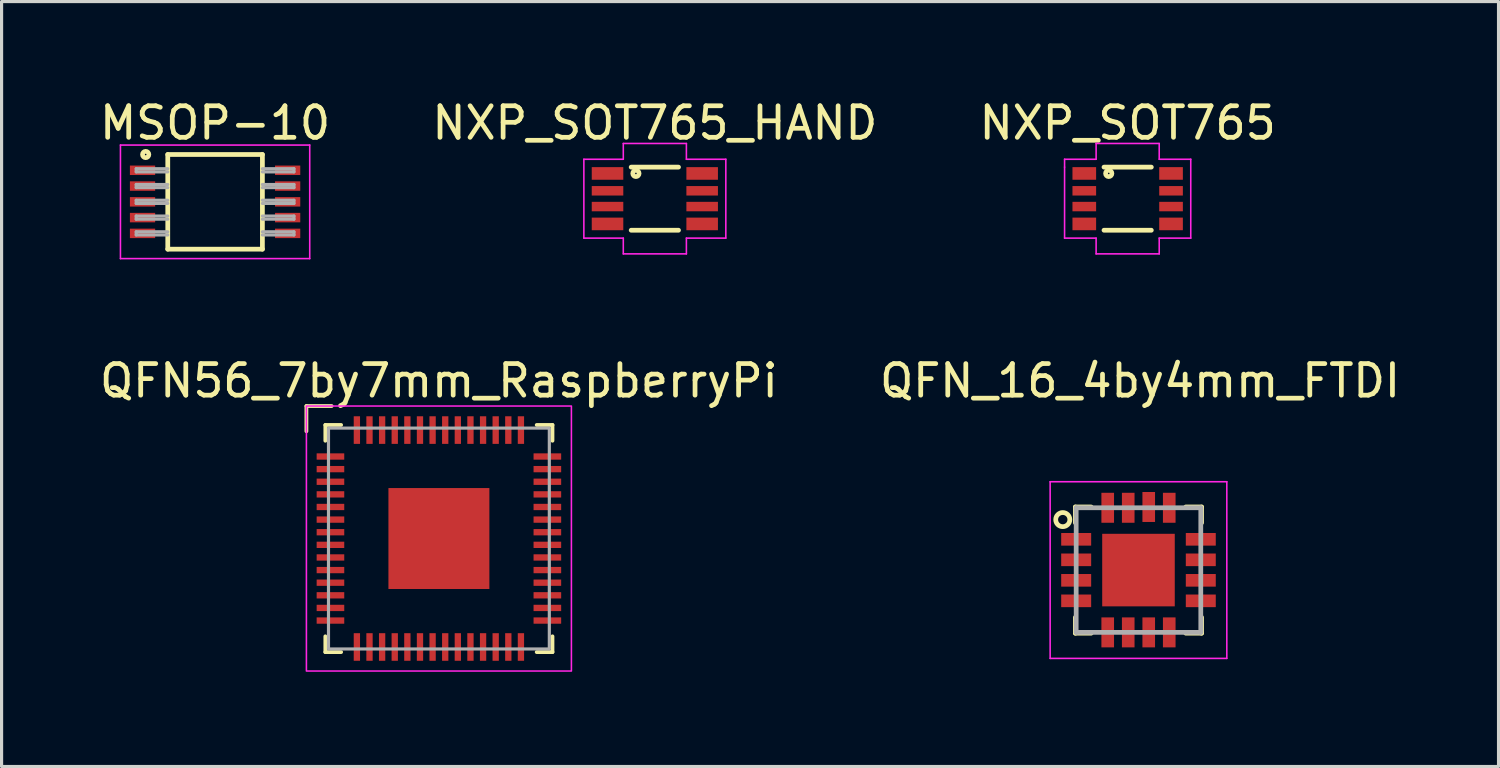
<source format=kicad_pcb>
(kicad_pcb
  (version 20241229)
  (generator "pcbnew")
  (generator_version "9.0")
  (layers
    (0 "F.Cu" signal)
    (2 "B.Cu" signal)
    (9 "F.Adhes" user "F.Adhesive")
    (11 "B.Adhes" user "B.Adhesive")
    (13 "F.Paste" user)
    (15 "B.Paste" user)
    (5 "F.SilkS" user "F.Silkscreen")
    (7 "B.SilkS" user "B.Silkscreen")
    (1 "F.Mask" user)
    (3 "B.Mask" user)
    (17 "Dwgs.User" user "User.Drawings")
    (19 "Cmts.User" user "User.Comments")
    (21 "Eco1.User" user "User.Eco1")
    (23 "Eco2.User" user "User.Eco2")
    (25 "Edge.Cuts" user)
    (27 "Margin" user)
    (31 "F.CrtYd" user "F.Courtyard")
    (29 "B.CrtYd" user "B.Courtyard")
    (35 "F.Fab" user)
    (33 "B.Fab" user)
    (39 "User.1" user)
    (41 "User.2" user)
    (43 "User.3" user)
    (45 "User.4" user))
  (footprint "QFN_16_4by4mm_FTDI"
    (layer "F.Cu")
    (at 33.039 15.021)
    (property "Reference" "QFN_16_4by4mm_FTDI" (at 0.05 -6 0) (layer "F.SilkS") (effects (font (size 1 1) (thickness 0.15))))
    (attr through_hole)
    (fp_line (start -2 -2) (end -2 -1.5) (stroke (width 0.15) (type solid)) (layer "F.SilkS"))
    (fp_line (start -2 -2) (end -1.5 -2) (stroke (width 0.15) (type solid)) (layer "F.SilkS"))
    (fp_line (start -2 1.5) (end -2 2) (stroke (width 0.15) (type solid)) (layer "F.SilkS"))
    (fp_line (start -2 2) (end -1.5 2) (stroke (width 0.15) (type solid)) (layer "F.SilkS"))
    (fp_line (start 1.5 2) (end 2 2) (stroke (width 0.15) (type solid)) (layer "F.SilkS"))
    (fp_line (start 2 -2) (end 1.5 -2) (stroke (width 0.15) (type solid)) (layer "F.SilkS"))
    (fp_line (start 2 -1.5) (end 2 -2) (stroke (width 0.15) (type solid)) (layer "F.SilkS"))
    (fp_line (start 2 2) (end 2 1.5) (stroke (width 0.15) (type solid)) (layer "F.SilkS"))
    (fp_circle (center -2.4 -1.6) (end -2.3 -1.4) (stroke (width 0.15) (type solid)) (fill no) (layer "F.SilkS"))
    (fp_line (start -2.8 -2.8) (end 2.8 -2.8) (stroke (width 0.05) (type solid)) (layer "F.CrtYd"))
    (fp_line (start -2.8 2.8) (end -2.8 -2.8) (stroke (width 0.05) (type solid)) (layer "F.CrtYd"))
    (fp_line (start 2.8 -2.8) (end 2.8 2.8) (stroke (width 0.05) (type solid)) (layer "F.CrtYd"))
    (fp_line (start 2.8 2.8) (end -2.8 2.8) (stroke (width 0.05) (type solid)) (layer "F.CrtYd"))
    (fp_line (start -1.975 -1.975) (end 1.975 -1.975) (stroke (width 0.15) (type solid)) (layer "F.Fab"))
    (fp_line (start -1.975 1.975) (end -1.975 -1.975) (stroke (width 0.15) (type solid)) (layer "F.Fab"))
    (fp_line (start 1.975 -1.975) (end 1.975 1.975) (stroke (width 0.15) (type solid)) (layer "F.Fab"))
    (fp_line (start 1.975 1.975) (end -1.975 1.975) (stroke (width 0.15) (type solid)) (layer "F.Fab"))
    (pad "1" smd rect (at -1.975 -0.975) (size 0.95 0.4) (layers "F.Cu" "F.Mask" "F.Paste"))
    (pad "2" smd rect (at -1.975 -0.325) (size 0.95 0.4) (layers "F.Cu" "F.Mask" "F.Paste"))
    (pad "3" smd rect (at -1.975 0.325) (size 0.95 0.4) (layers "F.Cu" "F.Mask" "F.Paste"))
    (pad "4" smd rect (at -1.975 0.975) (size 0.95 0.4) (layers "F.Cu" "F.Mask" "F.Paste"))
    (pad "5" smd rect (at -0.975 1.975 90) (size 0.95 0.4) (layers "F.Cu" "F.Mask" "F.Paste"))
    (pad "6" smd rect (at -0.325 1.975 90) (size 0.95 0.4) (layers "F.Cu" "F.Mask" "F.Paste"))
    (pad "7" smd rect (at 0.325 1.975 90) (size 0.95 0.4) (layers "F.Cu" "F.Mask" "F.Paste"))
    (pad "8" smd rect (at 0.975 1.975 90) (size 0.95 0.4) (layers "F.Cu" "F.Mask" "F.Paste"))
    (pad "9" smd rect (at 1.975 0.975 180) (size 0.95 0.4) (layers "F.Cu" "F.Mask" "F.Paste"))
    (pad "10" smd rect (at 1.975 0.325) (size 0.95 0.4) (layers "F.Cu" "F.Mask" "F.Paste"))
    (pad "11" smd rect (at 1.975 -0.325) (size 0.95 0.4) (layers "F.Cu" "F.Mask" "F.Paste"))
    (pad "12" smd rect (at 1.975 -0.975) (size 0.95 0.4) (layers "F.Cu" "F.Mask" "F.Paste"))
    (pad "13" smd rect (at 0.975 -1.975 90) (size 0.95 0.4) (layers "F.Cu" "F.Mask" "F.Paste"))
    (pad "14" smd rect (at 0.325 -2 90) (size 0.95 0.4) (layers "F.Cu" "F.Mask" "F.Paste"))
    (pad "15" smd rect (at -0.325 -1.975 90) (size 0.95 0.4) (layers "F.Cu" "F.Mask" "F.Paste"))
    (pad "16" smd rect (at -0.975 -1.975 90) (size 0.95 0.4) (layers "F.Cu" "F.Mask" "F.Paste"))
    (pad "17" smd rect (at 0 0) (size 2.3 2.3) (layers "F.Cu" "F.Mask" "F.Paste")))
  (footprint "NXP_SOT765_HAND"
    (layer "F.Cu")
    (at 17.708 3.248)
    (property "Reference" "NXP_SOT765_HAND" (at 0 -2.4 180) (layer "F.SilkS") (effects (font (size 1 1) (thickness 0.15))))
    (attr through_hole)
    (fp_line (start -0.75 -1) (end 0.75 -1) (stroke (width 0.15) (type solid)) (layer "F.SilkS"))
    (fp_line (start -0.75 1) (end 0.75 1) (stroke (width 0.15) (type solid)) (layer "F.SilkS"))
    (fp_circle (center -0.6 -0.8) (end -0.5 -0.8) (stroke (width 0.15) (type solid)) (fill no) (layer "F.SilkS"))
    (fp_line (start -2.25 -1.25) (end -1 -1.25) (stroke (width 0.05) (type solid)) (layer "F.CrtYd"))
    (fp_line (start -2.25 1.25) (end -2.25 -1.25) (stroke (width 0.05) (type solid)) (layer "F.CrtYd"))
    (fp_line (start -1 -1.75) (end 1 -1.75) (stroke (width 0.05) (type solid)) (layer "F.CrtYd"))
    (fp_line (start -1 -1.25) (end -1 -1.75) (stroke (width 0.05) (type solid)) (layer "F.CrtYd"))
    (fp_line (start -1 1.25) (end -2.25 1.25) (stroke (width 0.05) (type solid)) (layer "F.CrtYd"))
    (fp_line (start -1 1.75) (end -1 1.25) (stroke (width 0.05) (type solid)) (layer "F.CrtYd"))
    (fp_line (start 1 -1.75) (end 1 -1.25) (stroke (width 0.05) (type solid)) (layer "F.CrtYd"))
    (fp_line (start 1 -1.25) (end 2.25 -1.25) (stroke (width 0.05) (type solid)) (layer "F.CrtYd"))
    (fp_line (start 1 1.25) (end 1 1.75) (stroke (width 0.05) (type solid)) (layer "F.CrtYd"))
    (fp_line (start 1 1.75) (end -1 1.75) (stroke (width 0.05) (type solid)) (layer "F.CrtYd"))
    (fp_line (start 2.25 -1.25) (end 2.25 1.25) (stroke (width 0.05) (type solid)) (layer "F.CrtYd"))
    (fp_line (start 2.25 1.25) (end 1 1.25) (stroke (width 0.05) (type solid)) (layer "F.CrtYd"))
    (pad "1" smd rect (at -1.5 -0.8 90) (size 0.4 1) (layers "F.Cu" "F.Mask" "F.Paste"))
    (pad "2" smd rect (at -1.5 -0.25 90) (size 0.3 1) (layers "F.Cu" "F.Mask" "F.Paste"))
    (pad "3" smd rect (at -1.5 0.25 90) (size 0.3 1) (layers "F.Cu" "F.Mask" "F.Paste"))
    (pad "4" smd rect (at -1.5 0.8 90) (size 0.4 1) (layers "F.Cu" "F.Mask" "F.Paste"))
    (pad "5" smd rect (at 1.5 0.8 90) (size 0.4 1) (layers "F.Cu" "F.Mask" "F.Paste"))
    (pad "6" smd rect (at 1.5 0.25 90) (size 0.3 1) (layers "F.Cu" "F.Mask" "F.Paste"))
    (pad "7" smd rect (at 1.5 -0.25 90) (size 0.3 1) (layers "F.Cu" "F.Mask" "F.Paste"))
    (pad "8" smd rect (at 1.5 -0.8 90) (size 0.4 1) (layers "F.Cu" "F.Mask" "F.Paste")))
  (footprint "NXP_SOT765"
    (layer "F.Cu")
    (at 32.696 3.248)
    (property "Reference" "NXP_SOT765" (at 0 -2.4 180) (layer "F.SilkS") (effects (font (size 1 1) (thickness 0.15))))
    (attr through_hole)
    (fp_line (start -0.75 -1) (end 0.75 -1) (stroke (width 0.15) (type solid)) (layer "F.SilkS"))
    (fp_line (start -0.75 1) (end 0.75 1) (stroke (width 0.15) (type solid)) (layer "F.SilkS"))
    (fp_circle (center -0.6 -0.8) (end -0.5 -0.8) (stroke (width 0.15) (type solid)) (fill no) (layer "F.SilkS"))
    (fp_line (start -2 -1.25) (end -1 -1.25) (stroke (width 0.05) (type solid)) (layer "F.CrtYd"))
    (fp_line (start -2 -1) (end -2 -1.25) (stroke (width 0.05) (type solid)) (layer "F.CrtYd"))
    (fp_line (start -2 1.25) (end -2 -1) (stroke (width 0.05) (type solid)) (layer "F.CrtYd"))
    (fp_line (start -1 -1.75) (end 1 -1.75) (stroke (width 0.05) (type solid)) (layer "F.CrtYd"))
    (fp_line (start -1 -1.25) (end -1 -1.75) (stroke (width 0.05) (type solid)) (layer "F.CrtYd"))
    (fp_line (start -1 1.25) (end -2 1.25) (stroke (width 0.05) (type solid)) (layer "F.CrtYd"))
    (fp_line (start -1 1.75) (end -1 1.25) (stroke (width 0.05) (type solid)) (layer "F.CrtYd"))
    (fp_line (start 1 -1.75) (end 1 -1.25) (stroke (width 0.05) (type solid)) (layer "F.CrtYd"))
    (fp_line (start 1 -1.25) (end 2 -1.25) (stroke (width 0.05) (type solid)) (layer "F.CrtYd"))
    (fp_line (start 1 1.25) (end 1 1.75) (stroke (width 0.05) (type solid)) (layer "F.CrtYd"))
    (fp_line (start 1 1.75) (end -1 1.75) (stroke (width 0.05) (type solid)) (layer "F.CrtYd"))
    (fp_line (start 2 -1.25) (end 2 1.25) (stroke (width 0.05) (type solid)) (layer "F.CrtYd"))
    (fp_line (start 2 1.25) (end 1 1.25) (stroke (width 0.05) (type solid)) (layer "F.CrtYd"))
    (pad "1" smd rect (at -1.375 -0.8 90) (size 0.4 0.75) (layers "F.Cu" "F.Mask" "F.Paste"))
    (pad "2" smd rect (at -1.375 -0.25 90) (size 0.3 0.75) (layers "F.Cu" "F.Mask" "F.Paste"))
    (pad "3" smd rect (at -1.375 0.25 90) (size 0.3 0.75) (layers "F.Cu" "F.Mask" "F.Paste"))
    (pad "4" smd rect (at -1.375 0.8 90) (size 0.4 0.75) (layers "F.Cu" "F.Mask" "F.Paste"))
    (pad "5" smd rect (at 1.375 0.8 90) (size 0.4 0.75) (layers "F.Cu" "F.Mask" "F.Paste"))
    (pad "6" smd rect (at 1.375 0.25 90) (size 0.3 0.75) (layers "F.Cu" "F.Mask" "F.Paste"))
    (pad "7" smd rect (at 1.375 -0.25 90) (size 0.3 0.75) (layers "F.Cu" "F.Mask" "F.Paste"))
    (pad "8" smd rect (at 1.375 -0.8 90) (size 0.4 0.75) (layers "F.Cu" "F.Mask" "F.Paste")))
  (footprint "MSOP-10"
    (layer "F.Cu")
    (at 3.768 3.348)
    (property "Reference" "MSOP-10" (at 0 -2.5 0) (layer "F.SilkS") (effects (font (size 1 1) (thickness 0.15))))
    (attr smd)
    (fp_line (start -1.5 -1.5) (end 1.5 -1.5) (stroke (width 0.15) (type solid)) (layer "F.SilkS"))
    (fp_line (start -1.5 1.5) (end -1.5 -1.5) (stroke (width 0.15) (type solid)) (layer "F.SilkS"))
    (fp_line (start 1.5 -1.5) (end 1.5 1.5) (stroke (width 0.15) (type solid)) (layer "F.SilkS"))
    (fp_line (start 1.5 1.5) (end -1.5 1.5) (stroke (width 0.15) (type solid)) (layer "F.SilkS"))
    (fp_circle (center -2.2 -1.5) (end -2.1 -1.5) (stroke (width 0.15) (type solid)) (fill no) (layer "F.SilkS"))
    (fp_line (start -3 -1.8) (end 3 -1.8) (stroke (width 0.05) (type solid)) (layer "F.CrtYd"))
    (fp_line (start -3 1.8) (end -3 -1.8) (stroke (width 0.05) (type solid)) (layer "F.CrtYd"))
    (fp_line (start 3 -1.8) (end 3 1.8) (stroke (width 0.05) (type solid)) (layer "F.CrtYd"))
    (fp_line (start 3 1.8) (end -3 1.8) (stroke (width 0.05) (type solid)) (layer "F.CrtYd"))
    (fp_line (start -2.5 -1.05) (end -1.5 -1.05) (stroke (width 0.1) (type solid)) (layer "F.Fab"))
    (fp_line (start -2.5 -0.95) (end -2.5 -1.05) (stroke (width 0.1) (type solid)) (layer "F.Fab"))
    (fp_line (start -2.5 -0.55) (end -1.5 -0.55) (stroke (width 0.1) (type solid)) (layer "F.Fab"))
    (fp_line (start -2.5 -0.45) (end -2.5 -0.55) (stroke (width 0.1) (type solid)) (layer "F.Fab"))
    (fp_line (start -2.5 -0.05) (end -1.5 -0.05) (stroke (width 0.1) (type solid)) (layer "F.Fab"))
    (fp_line (start -2.5 0.05) (end -2.5 -0.05) (stroke (width 0.1) (type solid)) (layer "F.Fab"))
    (fp_line (start -2.5 0.45) (end -1.5 0.45) (stroke (width 0.1) (type solid)) (layer "F.Fab"))
    (fp_line (start -2.5 0.55) (end -2.5 0.45) (stroke (width 0.1) (type solid)) (layer "F.Fab"))
    (fp_line (start -2.5 0.95) (end -1.5 0.95) (stroke (width 0.1) (type solid)) (layer "F.Fab"))
    (fp_line (start -2.5 1.05) (end -2.5 0.95) (stroke (width 0.1) (type solid)) (layer "F.Fab"))
    (fp_line (start -1.5 -0.95) (end -2.5 -0.95) (stroke (width 0.1) (type solid)) (layer "F.Fab"))
    (fp_line (start -1.5 -0.45) (end -2.5 -0.45) (stroke (width 0.1) (type solid)) (layer "F.Fab"))
    (fp_line (start -1.5 0.05) (end -2.5 0.05) (stroke (width 0.1) (type solid)) (layer "F.Fab"))
    (fp_line (start -1.5 0.55) (end -2.5 0.55) (stroke (width 0.1) (type solid)) (layer "F.Fab"))
    (fp_line (start -1.5 1.05) (end -2.5 1.05) (stroke (width 0.1) (type solid)) (layer "F.Fab"))
    (fp_line (start 1.5 -1.05) (end 2.5 -1.05) (stroke (width 0.1) (type solid)) (layer "F.Fab"))
    (fp_line (start 1.5 -0.55) (end 2.5 -0.55) (stroke (width 0.1) (type solid)) (layer "F.Fab"))
    (fp_line (start 1.5 -0.05) (end 2.5 -0.05) (stroke (width 0.1) (type solid)) (layer "F.Fab"))
    (fp_line (start 1.5 0.45) (end 2.5 0.45) (stroke (width 0.1) (type solid)) (layer "F.Fab"))
    (fp_line (start 1.5 0.95) (end 2.5 0.95) (stroke (width 0.1) (type solid)) (layer "F.Fab"))
    (fp_line (start 2.5 -1.05) (end 2.5 -0.95) (stroke (width 0.1) (type solid)) (layer "F.Fab"))
    (fp_line (start 2.5 -0.95) (end 1.5 -0.95) (stroke (width 0.1) (type solid)) (layer "F.Fab"))
    (fp_line (start 2.5 -0.55) (end 2.5 -0.45) (stroke (width 0.1) (type solid)) (layer "F.Fab"))
    (fp_line (start 2.5 -0.45) (end 1.5 -0.45) (stroke (width 0.1) (type solid)) (layer "F.Fab"))
    (fp_line (start 2.5 -0.05) (end 2.5 0.05) (stroke (width 0.1) (type solid)) (layer "F.Fab"))
    (fp_line (start 2.5 0.05) (end 1.5 0.05) (stroke (width 0.1) (type solid)) (layer "F.Fab"))
    (fp_line (start 2.5 0.45) (end 2.5 0.55) (stroke (width 0.1) (type solid)) (layer "F.Fab"))
    (fp_line (start 2.5 0.55) (end 1.5 0.55) (stroke (width 0.1) (type solid)) (layer "F.Fab"))
    (fp_line (start 2.5 0.95) (end 2.5 1.05) (stroke (width 0.1) (type solid)) (layer "F.Fab"))
    (fp_line (start 2.5 1.05) (end 1.5 1.05) (stroke (width 0.1) (type solid)) (layer "F.Fab"))
    (pad "1" smd rect (at -2.3 -1) (size 0.8 0.3) (layers "F.Cu" "F.Mask" "F.Paste"))
    (pad "2" smd rect (at -2.3 -0.5) (size 0.8 0.3) (layers "F.Cu" "F.Mask" "F.Paste"))
    (pad "3" smd rect (at -2.3 0) (size 0.8 0.3) (layers "F.Cu" "F.Mask" "F.Paste"))
    (pad "4" smd rect (at -2.3 0.5) (size 0.8 0.3) (layers "F.Cu" "F.Mask" "F.Paste"))
    (pad "5" smd rect (at -2.3 1) (size 0.8 0.3) (layers "F.Cu" "F.Mask" "F.Paste"))
    (pad "6" smd rect (at 2.3 1) (size 0.8 0.3) (layers "F.Cu" "F.Mask" "F.Paste"))
    (pad "7" smd rect (at 2.3 0.5) (size 0.8 0.3) (layers "F.Cu" "F.Mask" "F.Paste"))
    (pad "8" smd rect (at 2.3 0) (size 0.8 0.3) (layers "F.Cu" "F.Mask" "F.Paste"))
    (pad "9" smd rect (at 2.3 -0.5) (size 0.8 0.3) (layers "F.Cu" "F.Mask" "F.Paste"))
    (pad "10" smd rect (at 2.3 -1) (size 0.8 0.3) (layers "F.Cu" "F.Mask" "F.Paste")))
  (footprint "QFN56_7by7mm_RaspberryPi"
    (layer "F.Cu")
    (at 10.863 14.021)
    (property "Reference" "QFN56_7by7mm_RaspberryPi" (at 0 -5 0) (unlocked yes) (layer "F.SilkS") (effects (font (size 1 1) (thickness 0.15))))
    (attr smd)
    (fp_line (start -4.2 -4.2) (end -4.2 -3.4) (stroke (width 0.12) (type solid)) (layer "F.SilkS"))
    (fp_line (start -3.6 -3.6) (end -3.1 -3.6) (stroke (width 0.12) (type solid)) (layer "F.SilkS"))
    (fp_line (start -3.6 -3.1) (end -3.6 -3.6) (stroke (width 0.12) (type solid)) (layer "F.SilkS"))
    (fp_line (start -3.6 3.6) (end -3.6 3.1) (stroke (width 0.12) (type solid)) (layer "F.SilkS"))
    (fp_line (start -3.4 -4.2) (end -4.2 -4.2) (stroke (width 0.12) (type solid)) (layer "F.SilkS"))
    (fp_line (start -3.1 3.6) (end -3.6 3.6) (stroke (width 0.12) (type solid)) (layer "F.SilkS"))
    (fp_line (start 3.1 -3.6) (end 3.6 -3.6) (stroke (width 0.12) (type solid)) (layer "F.SilkS"))
    (fp_line (start 3.6 -3.6) (end 3.6 -3.1) (stroke (width 0.12) (type solid)) (layer "F.SilkS"))
    (fp_line (start 3.6 3.1) (end 3.6 3.6) (stroke (width 0.12) (type solid)) (layer "F.SilkS"))
    (fp_line (start 3.6 3.6) (end 3.1 3.6) (stroke (width 0.12) (type solid)) (layer "F.SilkS"))
    (fp_rect (start -4.2 -4.2) (end 4.2 4.2) (stroke (width 0.05) (type solid)) (fill no) (layer "F.CrtYd"))
    (fp_rect (start -3.5 -3.5) (end 3.5 3.5) (stroke (width 0.1) (type solid)) (fill no) (layer "F.Fab"))
    (pad "" smd rect (at -0.8 -0.8) (size 1.2 1.2) (layers "F.Mask" "F.Paste"))
    (pad "" smd rect (at -0.8 0.8) (size 1.2 1.2) (layers "F.Mask" "F.Paste"))
    (pad "" smd rect (at 0.8 -0.8) (size 1.2 1.2) (layers "F.Mask" "F.Paste"))
    (pad "" smd rect (at 0.8 0.8) (size 1.2 1.2) (layers "F.Mask" "F.Paste"))
    (pad "1" smd rect (at -3.438 -2.6) (size 0.875 0.2) (layers "F.Cu" "F.Mask" "F.Paste"))
    (pad "2" smd rect (at -3.438 -2.2) (size 0.875 0.2) (layers "F.Cu" "F.Mask" "F.Paste"))
    (pad "3" smd rect (at -3.438 -1.8) (size 0.875 0.2) (layers "F.Cu" "F.Mask" "F.Paste"))
    (pad "4" smd rect (at -3.438 -1.4) (size 0.875 0.2) (layers "F.Cu" "F.Mask" "F.Paste"))
    (pad "5" smd rect (at -3.438 -1) (size 0.875 0.2) (layers "F.Cu" "F.Mask" "F.Paste"))
    (pad "6" smd rect (at -3.438 -0.6) (size 0.875 0.2) (layers "F.Cu" "F.Mask" "F.Paste"))
    (pad "7" smd rect (at -3.438 -0.2) (size 0.875 0.2) (layers "F.Cu" "F.Mask" "F.Paste"))
    (pad "8" smd rect (at -3.438 0.2) (size 0.875 0.2) (layers "F.Cu" "F.Mask" "F.Paste"))
    (pad "9" smd rect (at -3.438 0.6) (size 0.875 0.2) (layers "F.Cu" "F.Mask" "F.Paste"))
    (pad "10" smd rect (at -3.438 1) (size 0.875 0.2) (layers "F.Cu" "F.Mask" "F.Paste"))
    (pad "11" smd rect (at -3.438 1.4) (size 0.875 0.2) (layers "F.Cu" "F.Mask" "F.Paste"))
    (pad "12" smd rect (at -3.438 1.8) (size 0.875 0.2) (layers "F.Cu" "F.Mask" "F.Paste"))
    (pad "13" smd rect (at -3.438 2.2) (size 0.875 0.2) (layers "F.Cu" "F.Mask" "F.Paste"))
    (pad "14" smd rect (at -3.438 2.6) (size 0.875 0.2) (layers "F.Cu" "F.Mask" "F.Paste"))
    (pad "15" smd rect (at -2.6 3.438 90) (size 0.875 0.2) (layers "F.Cu" "F.Mask" "F.Paste"))
    (pad "16" smd rect (at -2.2 3.438 90) (size 0.875 0.2) (layers "F.Cu" "F.Mask" "F.Paste"))
    (pad "17" smd rect (at -1.8 3.438 90) (size 0.875 0.2) (layers "F.Cu" "F.Mask" "F.Paste"))
    (pad "18" smd rect (at -1.4 3.438 90) (size 0.875 0.2) (layers "F.Cu" "F.Mask" "F.Paste"))
    (pad "19" smd rect (at -1 3.438 90) (size 0.875 0.2) (layers "F.Cu" "F.Mask" "F.Paste"))
    (pad "20" smd rect (at -0.6 3.438 90) (size 0.875 0.2) (layers "F.Cu" "F.Mask" "F.Paste"))
    (pad "21" smd rect (at -0.2 3.438 90) (size 0.875 0.2) (layers "F.Cu" "F.Mask" "F.Paste"))
    (pad "22" smd rect (at 0.2 3.438 90) (size 0.875 0.2) (layers "F.Cu" "F.Mask" "F.Paste"))
    (pad "23" smd rect (at 0.6 3.438 90) (size 0.875 0.2) (layers "F.Cu" "F.Mask" "F.Paste"))
    (pad "24" smd rect (at 1 3.438 90) (size 0.875 0.2) (layers "F.Cu" "F.Mask" "F.Paste"))
    (pad "25" smd rect (at 1.4 3.438 90) (size 0.875 0.2) (layers "F.Cu" "F.Mask" "F.Paste"))
    (pad "26" smd rect (at 1.8 3.438 90) (size 0.875 0.2) (layers "F.Cu" "F.Mask" "F.Paste"))
    (pad "27" smd rect (at 2.2 3.438 90) (size 0.875 0.2) (layers "F.Cu" "F.Mask" "F.Paste"))
    (pad "28" smd rect (at 2.6 3.438 90) (size 0.875 0.2) (layers "F.Cu" "F.Mask" "F.Paste"))
    (pad "29" smd rect (at 3.438 2.6 180) (size 0.875 0.2) (layers "F.Cu" "F.Mask" "F.Paste"))
    (pad "30" smd rect (at 3.438 2.2 180) (size 0.875 0.2) (layers "F.Cu" "F.Mask" "F.Paste"))
    (pad "31" smd rect (at 3.438 1.8 180) (size 0.875 0.2) (layers "F.Cu" "F.Mask" "F.Paste"))
    (pad "32" smd rect (at 3.438 1.4 180) (size 0.875 0.2) (layers "F.Cu" "F.Mask" "F.Paste"))
    (pad "33" smd rect (at 3.438 1 180) (size 0.875 0.2) (layers "F.Cu" "F.Mask" "F.Paste"))
    (pad "34" smd rect (at 3.438 0.6 180) (size 0.875 0.2) (layers "F.Cu" "F.Mask" "F.Paste"))
    (pad "35" smd rect (at 3.438 0.2 180) (size 0.875 0.2) (layers "F.Cu" "F.Mask" "F.Paste"))
    (pad "36" smd rect (at 3.438 -0.2 180) (size 0.875 0.2) (layers "F.Cu" "F.Mask" "F.Paste"))
    (pad "37" smd rect (at 3.438 -0.6 180) (size 0.875 0.2) (layers "F.Cu" "F.Mask" "F.Paste"))
    (pad "38" smd rect (at 3.438 -1 180) (size 0.875 0.2) (layers "F.Cu" "F.Mask" "F.Paste"))
    (pad "39" smd rect (at 3.438 -1.4 180) (size 0.875 0.2) (layers "F.Cu" "F.Mask" "F.Paste"))
    (pad "40" smd rect (at 3.438 -1.8 180) (size 0.875 0.2) (layers "F.Cu" "F.Mask" "F.Paste"))
    (pad "41" smd rect (at 3.438 -2.2 180) (size 0.875 0.2) (layers "F.Cu" "F.Mask" "F.Paste"))
    (pad "42" smd rect (at 3.438 -2.6 180) (size 0.875 0.2) (layers "F.Cu" "F.Mask" "F.Paste"))
    (pad "43" smd rect (at 2.6 -3.438 270) (size 0.875 0.2) (layers "F.Cu" "F.Mask" "F.Paste"))
    (pad "44" smd rect (at 2.2 -3.438 270) (size 0.875 0.2) (layers "F.Cu" "F.Mask" "F.Paste"))
    (pad "45" smd rect (at 1.8 -3.438 270) (size 0.875 0.2) (layers "F.Cu" "F.Mask" "F.Paste"))
    (pad "46" smd rect (at 1.4 -3.438 270) (size 0.875 0.2) (layers "F.Cu" "F.Mask" "F.Paste"))
    (pad "47" smd rect (at 1 -3.438 270) (size 0.875 0.2) (layers "F.Cu" "F.Mask" "F.Paste"))
    (pad "48" smd rect (at 0.6 -3.438 270) (size 0.875 0.2) (layers "F.Cu" "F.Mask" "F.Paste"))
    (pad "49" smd rect (at 0.2 -3.438 270) (size 0.875 0.2) (layers "F.Cu" "F.Mask" "F.Paste"))
    (pad "50" smd rect (at -0.2 -3.438 270) (size 0.875 0.2) (layers "F.Cu" "F.Mask" "F.Paste"))
    (pad "51" smd rect (at -0.6 -3.438 270) (size 0.875 0.2) (layers "F.Cu" "F.Mask" "F.Paste"))
    (pad "52" smd rect (at -1 -3.438 270) (size 0.875 0.2) (layers "F.Cu" "F.Mask" "F.Paste"))
    (pad "53" smd rect (at -1.4 -3.438 270) (size 0.875 0.2) (layers "F.Cu" "F.Mask" "F.Paste"))
    (pad "54" smd rect (at -1.8 -3.438 270) (size 0.875 0.2) (layers "F.Cu" "F.Mask" "F.Paste"))
    (pad "55" smd rect (at -2.2 -3.438 270) (size 0.875 0.2) (layers "F.Cu" "F.Mask" "F.Paste"))
    (pad "56" smd rect (at -2.6 -3.438 270) (size 0.875 0.2) (layers "F.Cu" "F.Mask" "F.Paste"))
    (pad "57" smd rect (at 0 0) (size 3.2 3.2) (layers "F.Cu")))
  (gr_rect
    (start -3 -3)
    (end 44.452 21.247)
    (stroke (width 0.1) (type default))
    (fill no)
    (layer "Edge.Cuts")))
</source>
